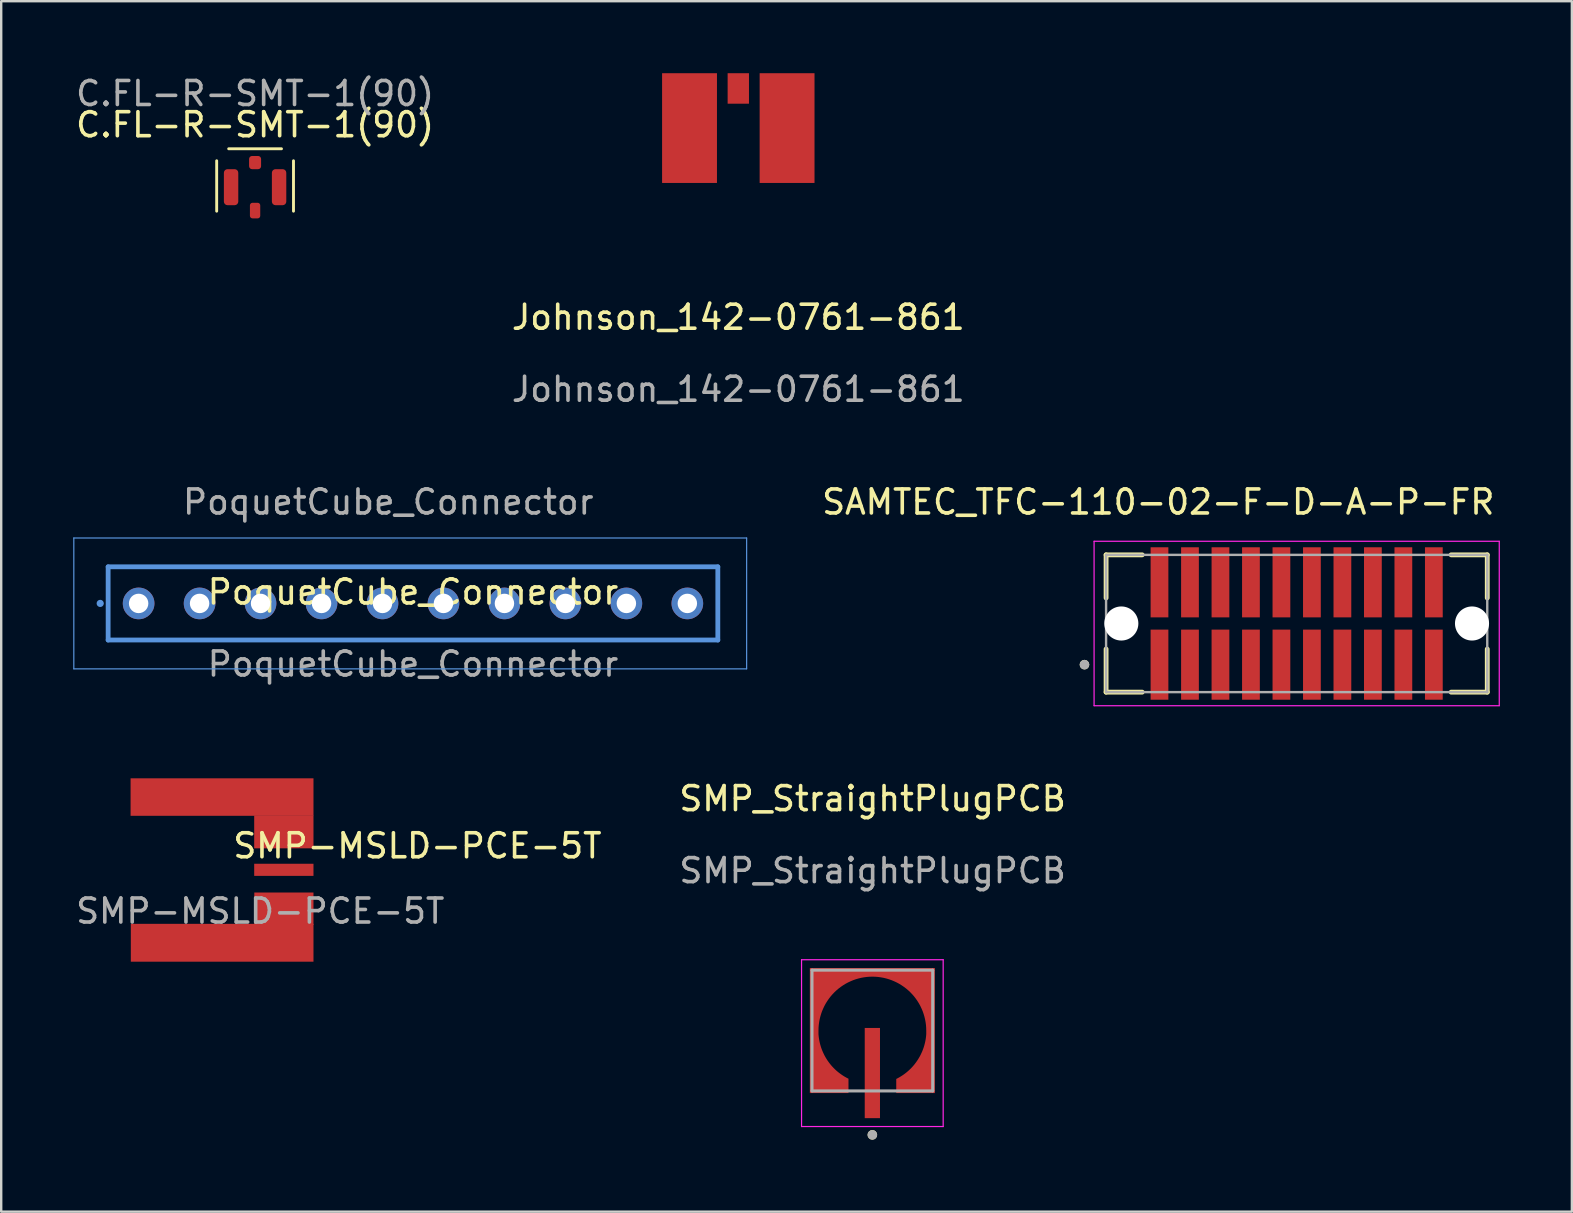
<source format=kicad_pcb>
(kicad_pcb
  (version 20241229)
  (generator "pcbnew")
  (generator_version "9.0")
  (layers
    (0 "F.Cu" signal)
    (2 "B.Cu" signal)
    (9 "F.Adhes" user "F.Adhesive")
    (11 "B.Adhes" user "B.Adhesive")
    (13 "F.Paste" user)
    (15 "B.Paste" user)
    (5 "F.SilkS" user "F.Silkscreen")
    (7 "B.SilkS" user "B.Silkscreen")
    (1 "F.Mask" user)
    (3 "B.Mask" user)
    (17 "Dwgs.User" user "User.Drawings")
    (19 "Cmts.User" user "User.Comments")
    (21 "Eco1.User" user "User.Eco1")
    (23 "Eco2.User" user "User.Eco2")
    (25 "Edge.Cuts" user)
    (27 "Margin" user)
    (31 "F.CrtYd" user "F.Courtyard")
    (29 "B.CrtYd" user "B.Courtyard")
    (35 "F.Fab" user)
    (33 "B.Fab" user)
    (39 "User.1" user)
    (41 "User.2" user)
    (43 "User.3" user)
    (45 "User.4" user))
  (footprint "SMP-MSLD-PCE-5T"
    (layer "F.Cu")
    (at 8.74 33.187)
    (property "Reference" "SMP-MSLD-PCE-5T" (at 5.6 -1 0) (unlocked yes) (layer "F.SilkS") (effects (font (size 1 1) (thickness 0.15))))
    (attr smd)
    (fp_text user "${REFERENCE}" (at -0.948 1.72 0) (unlocked yes) (layer "F.Fab") (effects (font (size 1 1) (thickness 0.15))))
    (pad "1" smd rect (at 0.035 0 90) (size 0.505 2.47) (layers "F.Cu" "F.Mask" "F.Paste"))
    (pad "2" smd rect (at -2.54 -3.031) (size 7.62 1.562) (layers "F.Cu" "F.Mask" "F.Paste"))
    (pad "2" smd rect (at -2.535 3.039) (size 7.61 1.577) (layers "F.Cu" "F.Mask" "F.Paste"))
    (pad "2" smd rect (at 0.035 -1.58) (size 2.47 1.37) (layers "F.Cu" "F.Mask" "F.Paste"))
    (pad "2" smd rect (at 0.037 1.623) (size 2.465 1.355) (layers "F.Cu" "F.Mask" "F.Paste")))
  (footprint "Johnson_142-0761-861"
    (layer "F.Cu")
    (at 27.708 10.668)
    (property "Reference" "Johnson_142-0761-861" (at 0 -0.5 0) (unlocked yes) (layer "F.SilkS") (effects (font (size 1 1) (thickness 0.15))))
    (attr smd)
    (fp_text user "${REFERENCE}" (at 0 2.5 0) (unlocked yes) (layer "F.Fab") (effects (font (size 1 1) (thickness 0.15))))
    (pad "1" smd rect (at 0 -10.033 90) (size 1.27 0.889) (layers "F.Cu" "F.Mask" "F.Paste"))
    (pad "S1" smd rect (at 2.032 -8.382 90) (size 4.572 2.286) (layers "F.Cu" "F.Mask" "F.Paste"))
    (pad "S2" smd rect (at -2.032 -8.382 90) (size 4.572 2.286) (layers "F.Cu" "F.Mask" "F.Paste")))
  (footprint "SMP_StraightPlugPCB"
    (layer "F.Cu")
    (at 33.304 39.978)
    (property "Reference" "SMP_StraightPlugPCB" (at 0 -9.755 0) (unlocked yes) (layer "F.SilkS") (effects (font (size 1 1) (thickness 0.15))))
    (attr smd)
    (fp_poly (pts (xy -0.911 2.605) (xy -2.711 2.605) (xy -2.711 -2.795) (xy 2.689 -2.795) (xy 2.689 2.605) (xy 0.889 2.605) (xy 0.889 1.855) (xy 0.95 1.825) (xy 1.018 1.789) (xy 1.084 1.751) (xy 1.149 1.71) (xy 1.212 1.668) (xy 1.274 1.623) (xy 1.334 1.576) (xy 1.393 1.526) (xy 1.45 1.475) (xy 1.505 1.422) (xy 1.558 1.367) (xy 1.609 1.31) (xy 1.658 1.252) (xy 1.705 1.191) (xy 1.75 1.129) (xy 1.793 1.066) (xy 1.834 1.001) (xy 1.872 0.935) (xy 1.908 0.867) (xy 1.941 0.799) (xy 1.972 0.729) (xy 2.001 0.658) (xy 2.027 0.586) (xy 2.051 0.513) (xy 2.072 0.44) (xy 2.09 0.365) (xy 2.106 0.291) (xy 2.12 0.215) (xy 2.13 0.14) (xy 2.139 0.055) (xy 2.139 -0.095) (xy 2.136 -0.208) (xy 2.127 -0.32) (xy 2.113 -0.431) (xy 2.092 -0.542) (xy 2.066 -0.651) (xy 2.034 -0.759) (xy 1.996 -0.865) (xy 1.953 -0.969) (xy 1.905 -1.071) (xy 1.851 -1.17) (xy 1.792 -1.266) (xy 1.728 -1.359) (xy 1.66 -1.448) (xy 1.587 -1.534) (xy 1.509 -1.615) (xy 1.428 -1.693) (xy 1.342 -1.766) (xy 1.253 -1.834) (xy 1.16 -1.898) (xy 1.064 -1.957) (xy 0.965 -2.011) (xy 0.863 -2.059) (xy 0.759 -2.102) (xy 0.653 -2.14) (xy 0.545 -2.172) (xy 0.436 -2.198) (xy 0.325 -2.219) (xy 0.214 -2.233) (xy 0.102 -2.242) (xy -0.011 -2.245) (xy -0.124 -2.242) (xy -0.236 -2.233) (xy -0.347 -2.219) (xy -0.458 -2.198) (xy -0.567 -2.172) (xy -0.675 -2.14) (xy -0.781 -2.102) (xy -0.885 -2.059) (xy -0.987 -2.011) (xy -1.086 -1.957) (xy -1.182 -1.898) (xy -1.275 -1.834) (xy -1.364 -1.766) (xy -1.45 -1.693) (xy -1.531 -1.615) (xy -1.609 -1.534) (xy -1.682 -1.448) (xy -1.75 -1.359) (xy -1.814 -1.266) (xy -1.873 -1.17) (xy -1.927 -1.071) (xy -1.975 -0.969) (xy -2.018 -0.865) (xy -2.056 -0.759) (xy -2.088 -0.651) (xy -2.114 -0.542) (xy -2.135 -0.431) (xy -2.149 -0.32) (xy -2.158 -0.208) (xy -2.161 -0.095) (xy -2.161 0.055) (xy -2.152 0.14) (xy -2.142 0.215) (xy -2.128 0.291) (xy -2.112 0.365) (xy -2.094 0.44) (xy -2.073 0.513) (xy -2.049 0.586) (xy -2.023 0.658) (xy -1.994 0.729) (xy -1.963 0.799) (xy -1.93 0.867) (xy -1.894 0.935) (xy -1.856 1.001) (xy -1.815 1.066) (xy -1.772 1.129) (xy -1.727 1.191) (xy -1.68 1.252) (xy -1.631 1.31) (xy -1.58 1.367) (xy -1.527 1.422) (xy -1.472 1.475) (xy -1.415 1.526) (xy -1.356 1.576) (xy -1.296 1.623) (xy -1.234 1.668) (xy -1.171 1.71) (xy -1.106 1.751) (xy -1.04 1.789) (xy -0.972 1.825) (xy -0.911 1.855) (xy -0.911 2.605)) (stroke (width 0.01) (type solid)) (fill yes) (layer "F.Mask"))
    (fp_circle (center -0.011 4.251) (end 0.089 4.251) (stroke (width 0.2) (type solid)) (fill no) (layer "F.SilkS"))
    (fp_poly (pts (xy -1.011 2.505) (xy -2.611 2.505) (xy -2.611 -2.695) (xy 2.589 -2.695) (xy 2.589 2.505) (xy 0.989 2.505) (xy 0.989 1.925) (xy 1.051 1.893) (xy 1.119 1.855) (xy 1.186 1.815) (xy 1.252 1.772) (xy 1.317 1.727) (xy 1.379 1.68) (xy 1.44 1.631) (xy 1.5 1.579) (xy 1.557 1.525) (xy 1.613 1.47) (xy 1.666 1.413) (xy 1.718 1.353) (xy 1.767 1.292) (xy 1.814 1.23) (xy 1.859 1.165) (xy 1.902 1.099) (xy 1.942 1.032) (xy 1.981 0.963) (xy 2.016 0.894) (xy 2.049 0.822) (xy 2.08 0.75) (xy 2.108 0.677) (xy 2.134 0.603) (xy 2.157 0.527) (xy 2.177 0.452) (xy 2.195 0.375) (xy 2.21 0.298) (xy 2.222 0.221) (xy 2.232 0.143) (xy 2.239 0.055) (xy 2.239 -0.095) (xy 2.236 -0.213) (xy 2.227 -0.33) (xy 2.211 -0.447) (xy 2.19 -0.563) (xy 2.162 -0.677) (xy 2.129 -0.79) (xy 2.09 -0.901) (xy 2.044 -1.01) (xy 1.994 -1.116) (xy 1.938 -1.22) (xy 1.876 -1.32) (xy 1.809 -1.418) (xy 1.738 -1.511) (xy 1.661 -1.601) (xy 1.58 -1.686) (xy 1.495 -1.767) (xy 1.405 -1.844) (xy 1.312 -1.915) (xy 1.214 -1.982) (xy 1.114 -2.044) (xy 1.01 -2.1) (xy 0.904 -2.15) (xy 0.795 -2.196) (xy 0.684 -2.235) (xy 0.571 -2.268) (xy 0.457 -2.296) (xy 0.341 -2.317) (xy 0.224 -2.333) (xy 0.107 -2.342) (xy -0.011 -2.345) (xy -0.129 -2.342) (xy -0.246 -2.333) (xy -0.363 -2.317) (xy -0.479 -2.296) (xy -0.593 -2.268) (xy -0.706 -2.235) (xy -0.817 -2.196) (xy -0.926 -2.15) (xy -1.032 -2.1) (xy -1.136 -2.044) (xy -1.236 -1.982) (xy -1.334 -1.915) (xy -1.427 -1.844) (xy -1.517 -1.767) (xy -1.602 -1.686) (xy -1.683 -1.601) (xy -1.76 -1.511) (xy -1.831 -1.418) (xy -1.898 -1.32) (xy -1.96 -1.22) (xy -2.016 -1.116) (xy -2.066 -1.01) (xy -2.112 -0.901) (xy -2.151 -0.79) (xy -2.184 -0.677) (xy -2.212 -0.563) (xy -2.233 -0.447) (xy -2.249 -0.33) (xy -2.258 -0.213) (xy -2.261 -0.095) (xy -2.261 0.055) (xy -2.254 0.137) (xy -2.244 0.214) (xy -2.232 0.292) (xy -2.217 0.368) (xy -2.2 0.445) (xy -2.179 0.52) (xy -2.157 0.595) (xy -2.131 0.669) (xy -2.103 0.742) (xy -2.072 0.814) (xy -2.039 0.885) (xy -2.004 0.955) (xy -1.966 1.023) (xy -1.926 1.09) (xy -1.883 1.156) (xy -1.838 1.22) (xy -1.791 1.282) (xy -1.742 1.343) (xy -1.691 1.402) (xy -1.637 1.459) (xy -1.582 1.515) (xy -1.525 1.568) (xy -1.466 1.619) (xy -1.405 1.668) (xy -1.342 1.715) (xy -1.278 1.76) (xy -1.213 1.803) (xy -1.146 1.843) (xy -1.077 1.881) (xy -1.011 1.915) (xy -1.011 2.505)) (stroke (width 0.01) (type solid)) (fill yes) (layer "F.Paste"))
    (fp_line (start -2.961 -3.045) (end -2.961 3.905) (stroke (width 0.05) (type solid)) (layer "F.CrtYd"))
    (fp_line (start -2.961 3.905) (end 2.939 3.905) (stroke (width 0.05) (type solid)) (layer "F.CrtYd"))
    (fp_line (start 2.939 -3.045) (end -2.961 -3.045) (stroke (width 0.05) (type solid)) (layer "F.CrtYd"))
    (fp_line (start 2.939 3.905) (end 2.939 -3.045) (stroke (width 0.05) (type solid)) (layer "F.CrtYd"))
    (fp_line (start -2.526 -2.61) (end -2.526 2.42) (stroke (width 0.127) (type solid)) (layer "F.Fab"))
    (fp_line (start -2.526 2.42) (end 2.504 2.42) (stroke (width 0.127) (type solid)) (layer "F.Fab"))
    (fp_line (start 2.504 -2.61) (end -2.526 -2.61) (stroke (width 0.127) (type solid)) (layer "F.Fab"))
    (fp_line (start 2.504 2.42) (end 2.504 -2.61) (stroke (width 0.127) (type solid)) (layer "F.Fab"))
    (fp_circle (center -0.011 4.251) (end 0.089 4.251) (stroke (width 0.2) (type solid)) (fill no) (layer "F.Fab"))
    (fp_text user "${REFERENCE}" (at 0 -6.755 0) (unlocked yes) (layer "F.Fab") (effects (font (size 1 1) (thickness 0.15))))
    (pad "1" smd rect (at -0.011 1.676) (size 0.635 3.758) (layers "F.Cu" "F.Mask" "F.Paste"))
    (pad "2" smd custom (at -2.011 1.905) (size 0.48 0.48) (layers "F.Cu") (options (anchor rect)) (primitives (gr_poly (pts (xy 4.6 0.6) (xy 3 0.6) (xy 3 0.02) (xy 3.062 -0.012) (xy 3.13 -0.05) (xy 3.197 -0.09) (xy 3.263 -0.133) (xy 3.328 -0.178) (xy 3.39 -0.225) (xy 3.451 -0.274) (xy 3.511 -0.326) (xy 3.568 -0.38) (xy 3.624 -0.435) (xy 3.677 -0.492) (xy 3.729 -0.552) (xy 3.778 -0.613) (xy 3.825 -0.675) (xy 3.87 -0.74) (xy 3.913 -0.806) (xy 3.953 -0.873) (xy 3.992 -0.942) (xy 4.027 -1.011) (xy 4.06 -1.083) (xy 4.091 -1.155) (xy 4.119 -1.228) (xy 4.145 -1.302) (xy 4.168 -1.378) (xy 4.188 -1.453) (xy 4.206 -1.53) (xy 4.221 -1.607) (xy 4.233 -1.684) (xy 4.243 -1.762) (xy 4.25 -1.85) (xy 4.25 -2) (xy 4.247 -2.118) (xy 4.238 -2.235) (xy 4.222 -2.352) (xy 4.201 -2.468) (xy 4.173 -2.582) (xy 4.14 -2.695) (xy 4.101 -2.806) (xy 4.055 -2.915) (xy 4.005 -3.021) (xy 3.949 -3.125) (xy 3.887 -3.225) (xy 3.82 -3.323) (xy 3.749 -3.416) (xy 3.672 -3.506) (xy 3.591 -3.591) (xy 3.506 -3.672) (xy 3.416 -3.749) (xy 3.323 -3.82) (xy 3.225 -3.887) (xy 3.125 -3.949) (xy 3.021 -4.005) (xy 2.915 -4.055) (xy 2.806 -4.101) (xy 2.695 -4.14) (xy 2.582 -4.173) (xy 2.468 -4.201) (xy 2.352 -4.222) (xy 2.235 -4.238) (xy 2.118 -4.247) (xy 2 -4.25) (xy 1.882 -4.247) (xy 1.765 -4.238) (xy 1.648 -4.222) (xy 1.532 -4.201) (xy 1.418 -4.173) (xy 1.305 -4.14) (xy 1.194 -4.101) (xy 1.085 -4.055) (xy 0.979 -4.005) (xy 0.875 -3.949) (xy 0.775 -3.887) (xy 0.677 -3.82) (xy 0.584 -3.749) (xy 0.494 -3.672) (xy 0.409 -3.591) (xy 0.328 -3.506) (xy 0.251 -3.416) (xy 0.18 -3.323) (xy 0.113 -3.225) (xy 0.051 -3.125) (xy -0.005 -3.021) (xy -0.055 -2.915) (xy -0.101 -2.806) (xy -0.14 -2.695) (xy -0.173 -2.582) (xy -0.201 -2.468) (xy -0.222 -2.352) (xy -0.238 -2.235) (xy -0.247 -2.118) (xy -0.25 -2) (xy -0.25 -1.85) (xy -0.243 -1.768) (xy -0.233 -1.691) (xy -0.221 -1.613) (xy -0.206 -1.537) (xy -0.189 -1.46) (xy -0.168 -1.385) (xy -0.146 -1.31) (xy -0.12 -1.236) (xy -0.092 -1.163) (xy -0.061 -1.091) (xy -0.028 -1.02) (xy 0.007 -0.95) (xy 0.045 -0.882) (xy 0.085 -0.815) (xy 0.128 -0.749) (xy 0.173 -0.685) (xy 0.22 -0.623) (xy 0.269 -0.562) (xy 0.32 -0.503) (xy 0.374 -0.446) (xy 0.429 -0.39) (xy 0.486 -0.337) (xy 0.545 -0.286) (xy 0.606 -0.237) (xy 0.669 -0.19) (xy 0.733 -0.145) (xy 0.798 -0.102) (xy 0.865 -0.062) (xy 0.934 -0.024) (xy 1 0.01) (xy 1 0.6) (xy -0.6 0.6) (xy -0.6 -4.6) (xy 4.6 -4.6)) (width 0.01) (fill yes)))))
  (footprint "SAMTEC_TFC-110-02-F-D-A-P-FR"
    (layer "F.Cu")
    (at 45.255 24.64)
    (property "Reference" "SAMTEC_TFC-110-02-F-D-A-P-FR" (at -0.05 -6.775 0) (layer "F.SilkS") (effects (font (size 1 1) (thickness 0.15))))
    (attr through_hole)
    (fp_line (start -2.225 -4.575) (end -2.225 -2.779) (stroke (width 0.2) (type solid)) (layer "F.SilkS"))
    (fp_line (start -2.225 -4.575) (end -0.72 -4.575) (stroke (width 0.2) (type solid)) (layer "F.SilkS"))
    (fp_line (start -2.225 -0.651) (end -2.225 1.145) (stroke (width 0.2) (type solid)) (layer "F.SilkS"))
    (fp_line (start -0.72 1.145) (end -2.225 1.145) (stroke (width 0.2) (type solid)) (layer "F.SilkS"))
    (fp_line (start 12.15 -4.575) (end 13.655 -4.575) (stroke (width 0.2) (type solid)) (layer "F.SilkS"))
    (fp_line (start 12.15 1.145) (end 13.655 1.145) (stroke (width 0.2) (type solid)) (layer "F.SilkS"))
    (fp_line (start 13.655 -2.779) (end 13.655 -4.575) (stroke (width 0.2) (type solid)) (layer "F.SilkS"))
    (fp_line (start 13.655 1.145) (end 13.655 -0.651) (stroke (width 0.2) (type solid)) (layer "F.SilkS"))
    (fp_circle (center -3.125 0) (end -3.025 0) (stroke (width 0.2) (type solid)) (fill no) (layer "F.SilkS"))
    (fp_line (start -2.725 -5.14) (end 14.155 -5.14) (stroke (width 0.05) (type solid)) (layer "F.CrtYd"))
    (fp_line (start -2.725 1.71) (end -2.725 -5.14) (stroke (width 0.05) (type solid)) (layer "F.CrtYd"))
    (fp_line (start 14.155 -5.14) (end 14.155 1.71) (stroke (width 0.05) (type solid)) (layer "F.CrtYd"))
    (fp_line (start 14.155 1.71) (end -2.725 1.71) (stroke (width 0.05) (type solid)) (layer "F.CrtYd"))
    (fp_line (start -2.225 -4.575) (end 13.655 -4.575) (stroke (width 0.1) (type solid)) (layer "F.Fab"))
    (fp_line (start -2.225 1.145) (end -2.225 -4.575) (stroke (width 0.1) (type solid)) (layer "F.Fab"))
    (fp_line (start 13.655 -4.575) (end 13.655 1.145) (stroke (width 0.1) (type solid)) (layer "F.Fab"))
    (fp_line (start 13.655 1.145) (end -2.225 1.145) (stroke (width 0.1) (type solid)) (layer "F.Fab"))
    (fp_circle (center -3.125 0) (end -3.025 0) (stroke (width 0.2) (type solid)) (fill no) (layer "F.Fab"))
    (pad "" np_thru_hole circle (at -1.59 -1.715) (size 1.42 1.42) (drill 1.42) (layers "*.Cu" "*.Mask"))
    (pad "" np_thru_hole circle (at 13.02 -1.715) (size 1.42 1.42) (drill 1.42) (layers "*.Cu" "*.Mask"))
    (pad "01" smd rect (at 0 0) (size 0.74 2.92) (layers "F.Cu" "F.Mask" "F.Paste"))
    (pad "02" smd rect (at 0 -3.43) (size 0.74 2.92) (layers "F.Cu" "F.Mask" "F.Paste"))
    (pad "03" smd rect (at 1.27 0) (size 0.74 2.92) (layers "F.Cu" "F.Mask" "F.Paste"))
    (pad "04" smd rect (at 1.27 -3.43) (size 0.74 2.92) (layers "F.Cu" "F.Mask" "F.Paste"))
    (pad "05" smd rect (at 2.54 0) (size 0.74 2.92) (layers "F.Cu" "F.Mask" "F.Paste"))
    (pad "06" smd rect (at 2.54 -3.43) (size 0.74 2.92) (layers "F.Cu" "F.Mask" "F.Paste"))
    (pad "07" smd rect (at 3.81 0) (size 0.74 2.92) (layers "F.Cu" "F.Mask" "F.Paste"))
    (pad "08" smd rect (at 3.81 -3.43) (size 0.74 2.92) (layers "F.Cu" "F.Mask" "F.Paste"))
    (pad "09" smd rect (at 5.08 0) (size 0.74 2.92) (layers "F.Cu" "F.Mask" "F.Paste"))
    (pad "10" smd rect (at 5.08 -3.43) (size 0.74 2.92) (layers "F.Cu" "F.Mask" "F.Paste"))
    (pad "11" smd rect (at 6.35 0) (size 0.74 2.92) (layers "F.Cu" "F.Mask" "F.Paste"))
    (pad "12" smd rect (at 6.35 -3.43) (size 0.74 2.92) (layers "F.Cu" "F.Mask" "F.Paste"))
    (pad "13" smd rect (at 7.62 0) (size 0.74 2.92) (layers "F.Cu" "F.Mask" "F.Paste"))
    (pad "14" smd rect (at 7.62 -3.43) (size 0.74 2.92) (layers "F.Cu" "F.Mask" "F.Paste"))
    (pad "15" smd rect (at 8.89 0) (size 0.74 2.92) (layers "F.Cu" "F.Mask" "F.Paste"))
    (pad "16" smd rect (at 8.89 -3.43) (size 0.74 2.92) (layers "F.Cu" "F.Mask" "F.Paste"))
    (pad "17" smd rect (at 10.16 0) (size 0.74 2.92) (layers "F.Cu" "F.Mask" "F.Paste"))
    (pad "18" smd rect (at 10.16 -3.43) (size 0.74 2.92) (layers "F.Cu" "F.Mask" "F.Paste"))
    (pad "19" smd rect (at 11.43 0) (size 0.74 2.92) (layers "F.Cu" "F.Mask" "F.Paste"))
    (pad "20" smd rect (at 11.43 -3.43) (size 0.74 2.92) (layers "F.Cu" "F.Mask" "F.Paste")))
  (footprint "PoquetCube_Connector"
    (layer "F.Cu")
    (at 14.155 22.114)
    (property "Reference" "PoquetCube_Connector" (at 0 -0.5 0) (unlocked yes) (layer "F.SilkS") (effects (font (size 1 1) (thickness 0.15))))
    (attr smd)
    (fp_line (start -12.7 -1.55) (end 12.7 -1.55) (stroke (width 0.1) (type solid)) (layer "F.SilkS"))
    (fp_line (start -12.7 1.5) (end -12.7 -1.55) (stroke (width 0.1) (type solid)) (layer "F.SilkS"))
    (fp_line (start 12.7 -1.55) (end 12.7 1.5) (stroke (width 0.1) (type solid)) (layer "F.SilkS"))
    (fp_line (start 12.7 1.5) (end -12.7 1.5) (stroke (width 0.1) (type solid)) (layer "F.SilkS"))
    (fp_line (start -14.13 -2.75) (end 13.9 -2.75) (stroke (width 0.05) (type solid)) (layer "Cmts.User"))
    (fp_line (start -14.13 2.7) (end -14.13 -2.75) (stroke (width 0.05) (type solid)) (layer "Cmts.User"))
    (fp_line (start -12.7 -1.55) (end 12.7 -1.55) (stroke (width 0.2) (type solid)) (layer "Cmts.User"))
    (fp_line (start -12.7 1.5) (end -12.7 -1.55) (stroke (width 0.2) (type solid)) (layer "Cmts.User"))
    (fp_line (start 12.7 -1.55) (end 12.7 1.5) (stroke (width 0.2) (type solid)) (layer "Cmts.User"))
    (fp_line (start 12.7 1.5) (end -12.7 1.5) (stroke (width 0.2) (type solid)) (layer "Cmts.User"))
    (fp_line (start 13.9 -2.75) (end 13.9 2.7) (stroke (width 0.05) (type solid)) (layer "Cmts.User"))
    (fp_line (start 13.9 2.7) (end -14.13 2.7) (stroke (width 0.05) (type solid)) (layer "Cmts.User"))
    (fp_arc (start -12.98 -0.021) (mid -13.080169 -0.028835) (end -12.979755 -0.025336) (stroke (width 0.2) (type solid)) (layer "Cmts.User"))
    (fp_text user "${REFERENCE}" (at 0 2.5 0) (unlocked yes) (layer "F.Fab") (effects (font (size 1 1) (thickness 0.15))))
    (fp_text user "${REFERENCE}" (at -1.03 -4.25 0) (unlocked yes) (layer "F.Fab") (effects (font (size 1 1) (thickness 0.15))))
    (pad "1" thru_hole circle (at -11.43 -0.025) (size 1.318 1.318) (drill oval 0.81) (layers "*.Cu" "*.Paste" "*.Mask"))
    (pad "2" thru_hole circle (at -8.89 -0.025) (size 1.318 1.318) (drill oval 0.81) (layers "*.Cu" "*.Paste" "*.Mask"))
    (pad "3" thru_hole circle (at -6.35 -0.025) (size 1.318 1.318) (drill oval 0.81) (layers "*.Cu" "*.Paste" "*.Mask"))
    (pad "4" thru_hole circle (at -3.81 -0.025) (size 1.318 1.318) (drill oval 0.81) (layers "*.Cu" "*.Paste" "*.Mask"))
    (pad "5" thru_hole circle (at -1.27 -0.025) (size 1.318 1.318) (drill oval 0.81) (layers "*.Cu" "*.Paste" "*.Mask"))
    (pad "6" thru_hole circle (at 1.27 -0.025) (size 1.318 1.318) (drill oval 0.81) (layers "*.Cu" "*.Paste" "*.Mask"))
    (pad "7" thru_hole circle (at 3.81 -0.025) (size 1.318 1.318) (drill oval 0.81) (layers "*.Cu" "*.Paste" "*.Mask"))
    (pad "8" thru_hole circle (at 6.35 -0.025) (size 1.318 1.318) (drill oval 0.81) (layers "*.Cu" "*.Paste" "*.Mask"))
    (pad "9" thru_hole circle (at 8.89 -0.025) (size 1.318 1.318) (drill oval 0.81) (layers "*.Cu" "*.Paste" "*.Mask"))
    (pad "10" thru_hole circle (at 11.43 -0.025) (size 1.318 1.318) (drill oval 0.81) (layers "*.Cu" "*.Paste" "*.Mask")))
  (footprint "C.FL-R-SMT-1(90)"
    (layer "F.Cu")
    (at 7.577 4.748)
    (property "Reference" "C.FL-R-SMT-1(90)" (at 0 -2.6 0) (unlocked yes) (layer "F.SilkS") (effects (font (size 1 1) (thickness 0.15))))
    (attr smd)
    (fp_line (start -1.6 1) (end -1.6 -1.1) (stroke (width 0.12) (type solid)) (layer "F.SilkS"))
    (fp_line (start -1.1 -1.6) (end 1.1 -1.6) (stroke (width 0.12) (type solid)) (layer "F.SilkS"))
    (fp_line (start 1.6 -1.1) (end 1.6 1) (stroke (width 0.12) (type solid)) (layer "F.SilkS"))
    (fp_text user "${REFERENCE}" (at 0 -3.9 0) (unlocked yes) (layer "F.Fab") (effects (font (size 1 1) (thickness 0.15))))
    (pad "1" smd roundrect (at 0 0.975 180) (size 0.43 0.65) (layers "F.Cu" "F.Mask" "F.Paste") (roundrect_rratio 0.25))
    (pad "2" smd roundrect (at -1 0 180) (size 0.6 1.5) (layers "F.Cu" "F.Mask" "F.Paste") (roundrect_rratio 0.25))
    (pad "2" smd roundrect (at 0 -1.025 180) (size 0.5 0.55) (layers "F.Cu" "F.Mask" "F.Paste") (roundrect_rratio 0.25))
    (pad "2" smd roundrect (at 1 0 180) (size 0.6 1.5) (layers "F.Cu" "F.Mask" "F.Paste") (roundrect_rratio 0.25)))
  (gr_rect
    (start -3 -3)
    (end 62.435 47.429)
    (stroke (width 0.1) (type default))
    (fill no)
    (layer "Edge.Cuts")))
</source>
